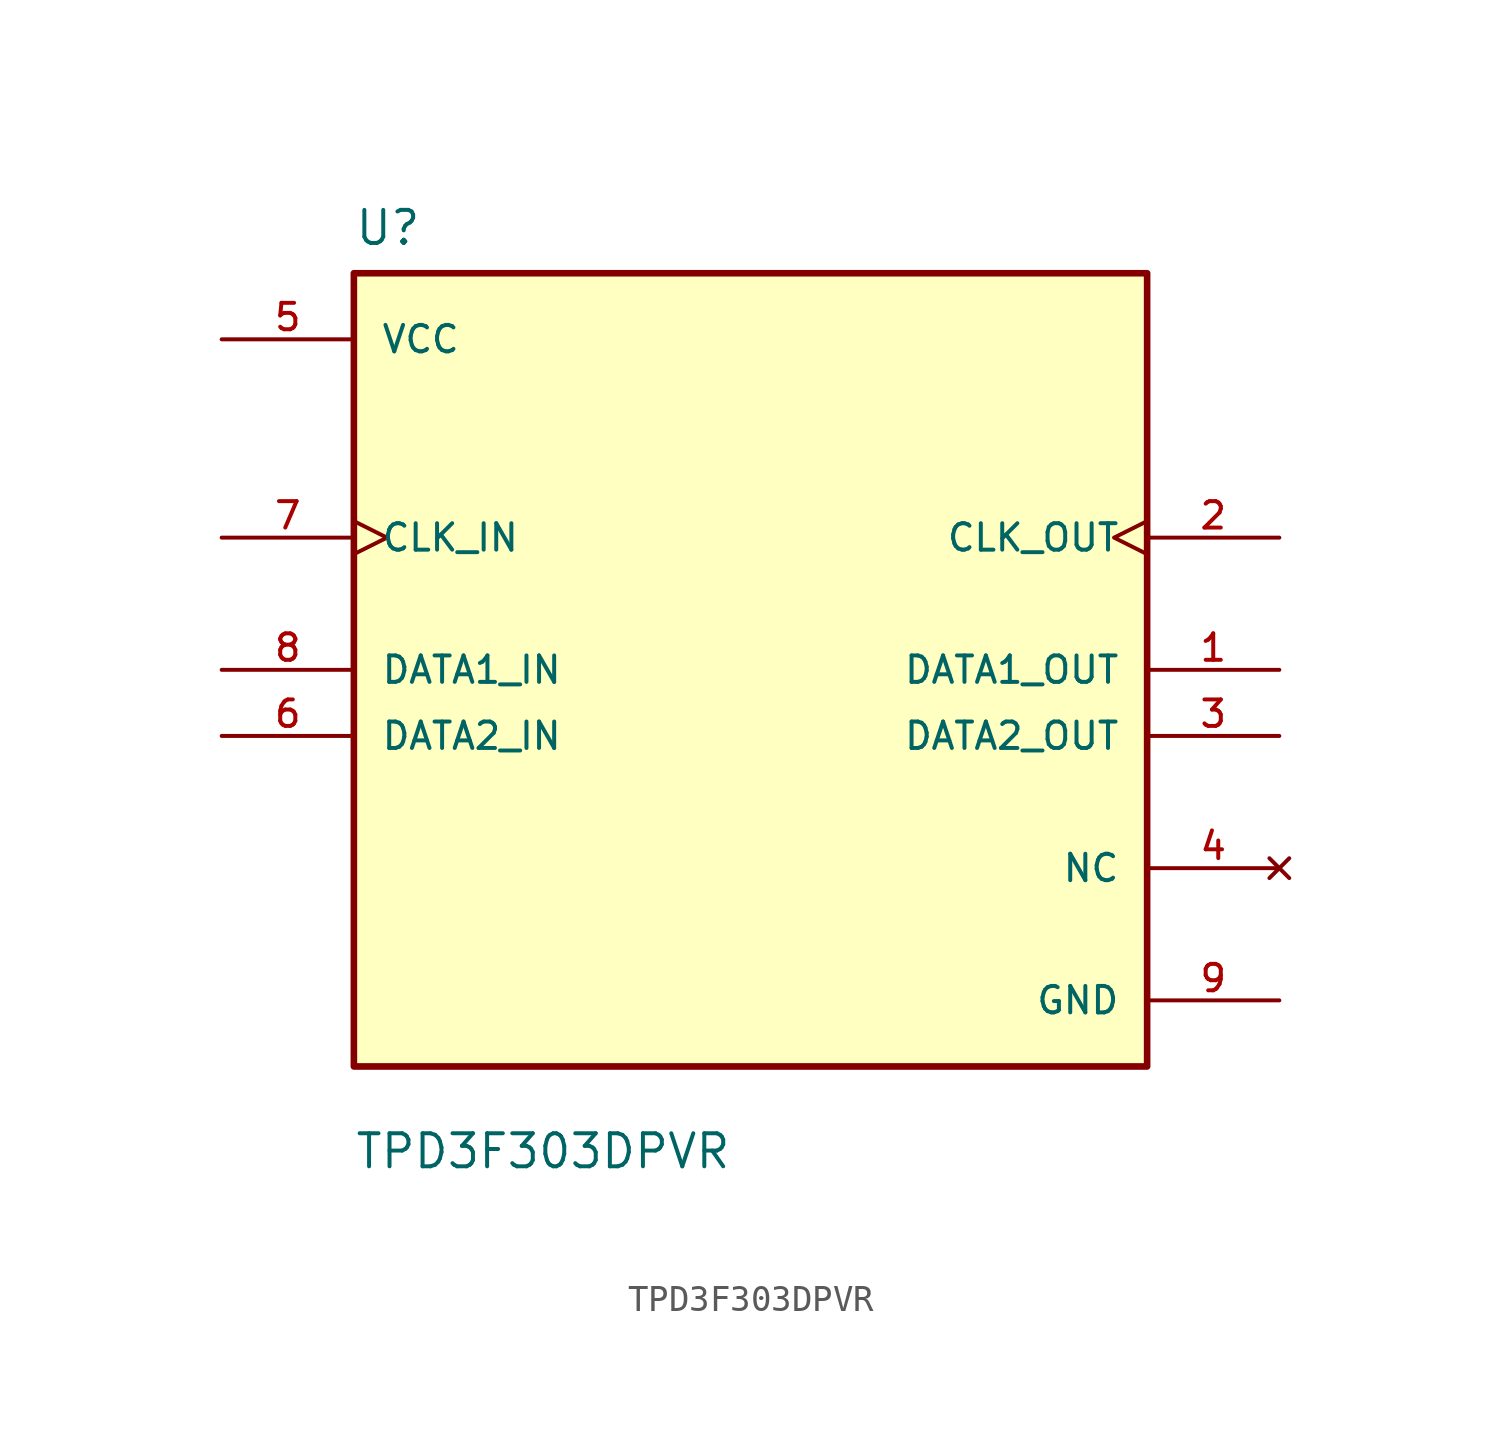
<source format=kicad_sym>
(kicad_symbol_lib
  (version 20211014)
  (generator kicad_symbol_editor)
  (symbol "TPD3F303DPVR"
    (pin_names
      (offset 1.016))
    (property "Reference" "U"
      (at -15.24 16.24 0.0)
      (effects (font (size 1.27 1.27)) (justify bottom left)))
    (property "Value" "TPD3F303DPVR"
      (at -15.24 -19.24 0.0)
      (effects (font (size 1.27 1.27)) (justify bottom left)))
    (symbol "TPD3F303DPVR_0_0"
      (rectangle (start -15.24 -15.24) (end 15.24 15.24) (stroke (width 0.254)) (fill (type background)))
      (pin input clock (at -20.32 5.08 0) (length 5.08) (name "CLK_IN" (effects (font (size 1.016 1.016)))) (number "7" (effects (font (size 1.016 1.016)))))
      (pin input line (at -20.32 0.0 0) (length 5.08) (name "DATA1_IN" (effects (font (size 1.016 1.016)))) (number "8" (effects (font (size 1.016 1.016)))))
      (pin input line (at -20.32 -2.54 0) (length 5.08) (name "DATA2_IN" (effects (font (size 1.016 1.016)))) (number "6" (effects (font (size 1.016 1.016)))))
      (pin no_connect line (at 20.32 -7.62 180.0) (length 5.08) (name "NC" (effects (font (size 1.016 1.016)))) (number "4" (effects (font (size 1.016 1.016)))))
      (pin power_in line (at 20.32 -12.7 180.0) (length 5.08) (name "GND" (effects (font (size 1.016 1.016)))) (number "9" (effects (font (size 1.016 1.016)))))
      (pin power_in line (at -20.32 12.7 0) (length 5.08) (name "VCC" (effects (font (size 1.016 1.016)))) (number "5" (effects (font (size 1.016 1.016)))))
      (pin output clock (at 20.32 5.08 180.0) (length 5.08) (name "CLK_OUT" (effects (font (size 1.016 1.016)))) (number "2" (effects (font (size 1.016 1.016)))))
      (pin output line (at 20.32 0.0 180.0) (length 5.08) (name "DATA1_OUT" (effects (font (size 1.016 1.016)))) (number "1" (effects (font (size 1.016 1.016)))))
      (pin output line (at 20.32 -2.54 180.0) (length 5.08) (name "DATA2_OUT" (effects (font (size 1.016 1.016)))) (number "3" (effects (font (size 1.016 1.016))))))))
</source>
